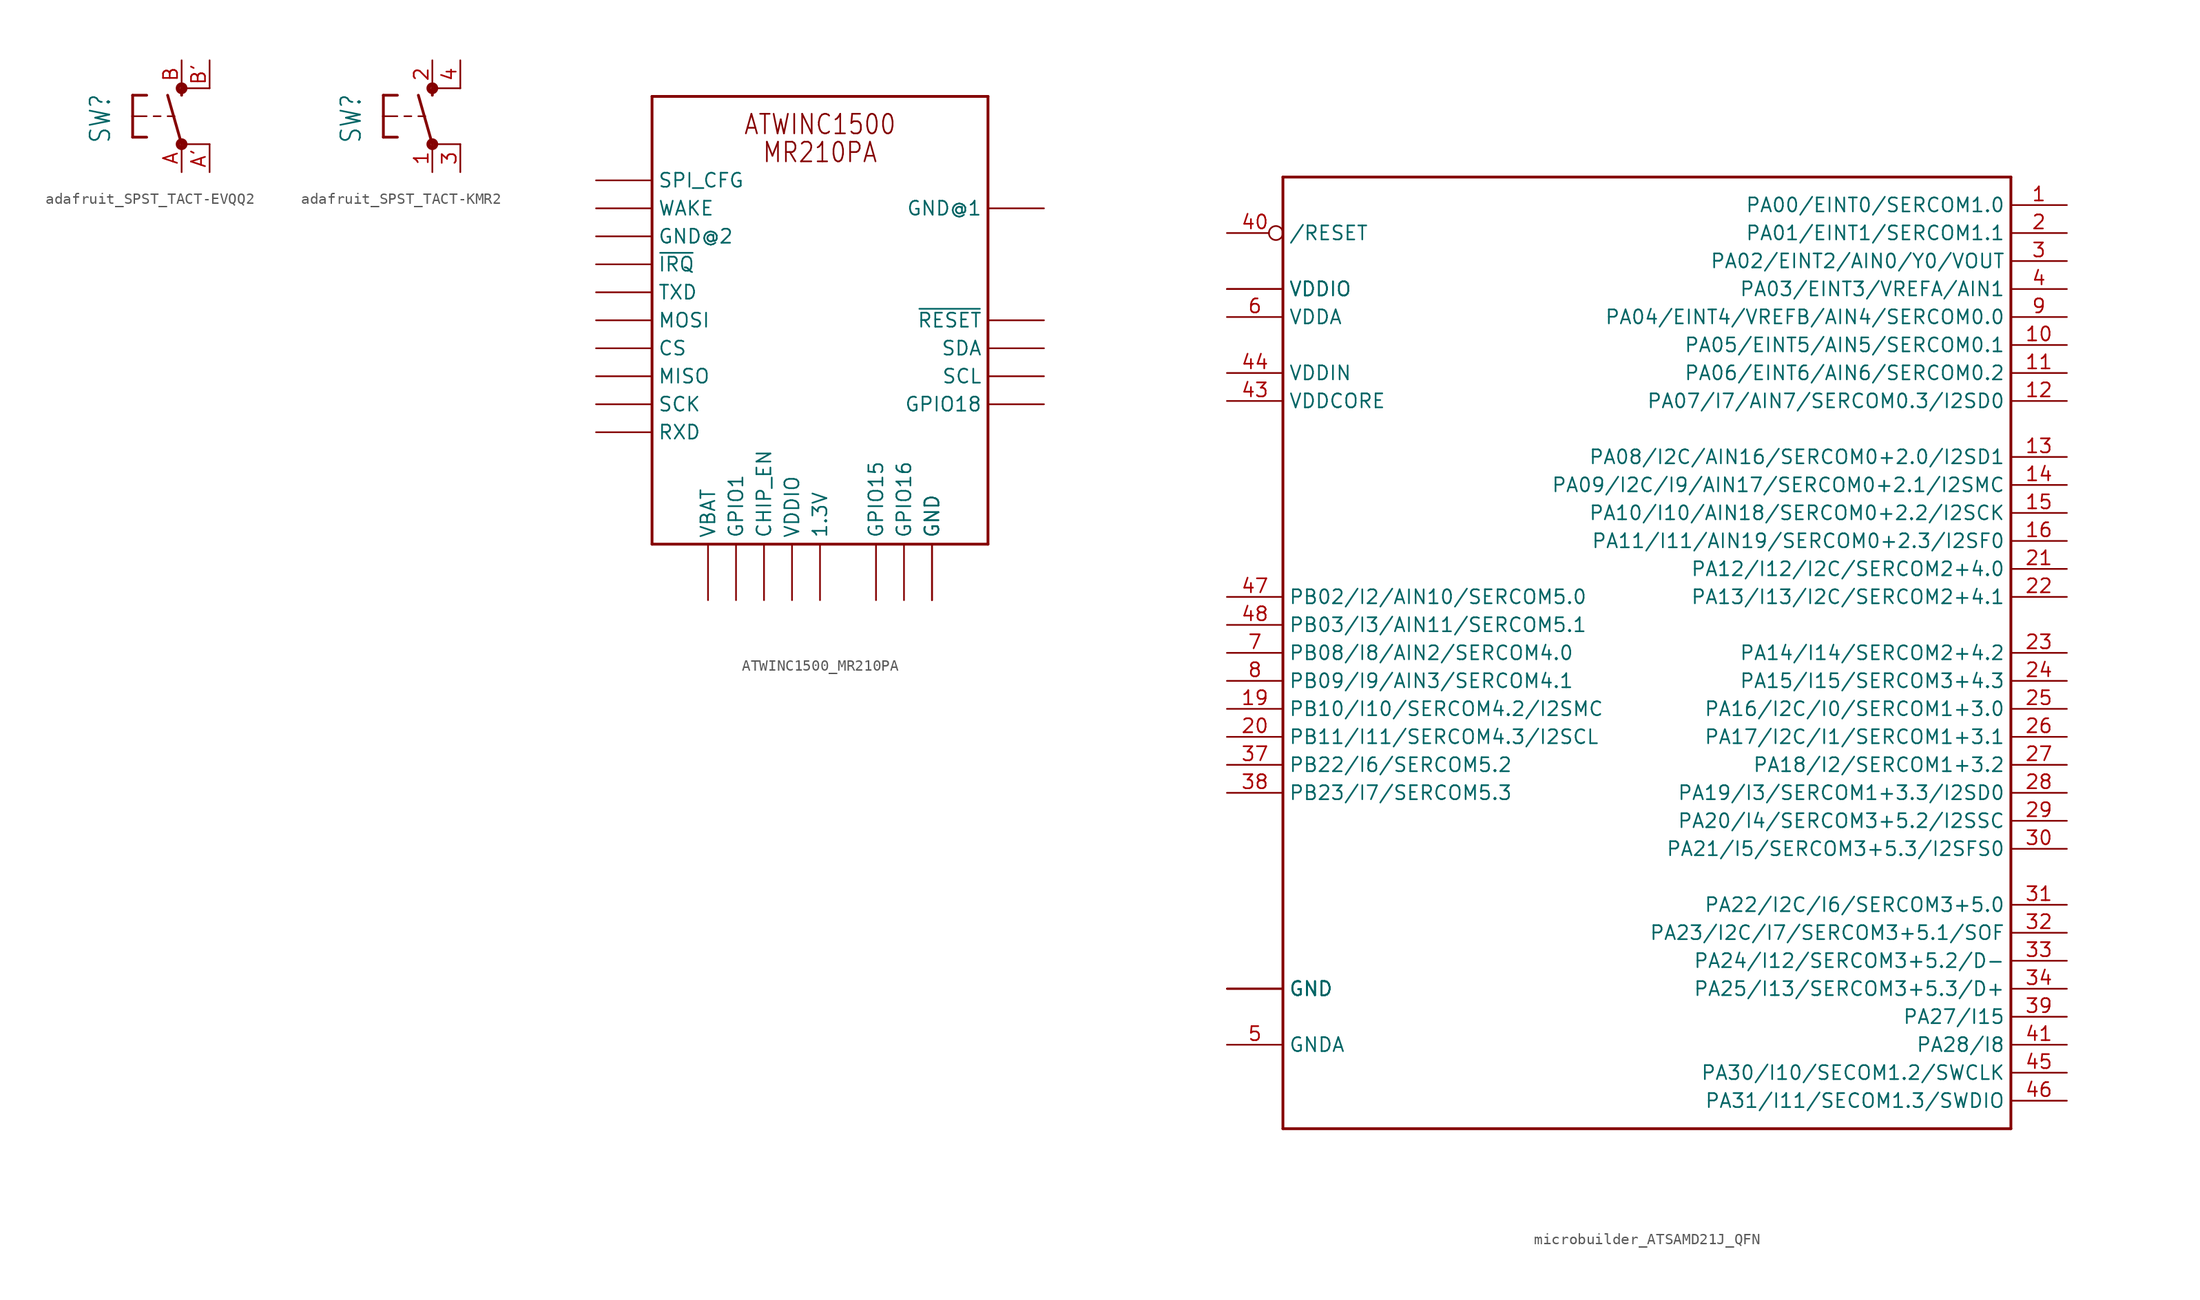
<source format=kicad_sym>
(kicad_symbol_lib
  (version 20231120)
  (generator "kicad_symbol_editor")
  (generator_version "8.0")
  (symbol "adafruit_SPST_TACT-EVQQ2"
    (property "Reference" "SW"
      (at -6.35 -2.54 90)
      (effects (font (size 1.778 1.511)) (justify left bottom)))
    (property "Value" ""
      (at -3.81 3.175 90)
      (effects (font (size 1.778 1.511)) (justify left bottom)))
    (property "ki_locked" ""
      (at 0 0 0)
      (effects (font (size 1.27 1.27))))
    (symbol "adafruit_SPST_TACT-EVQQ2_1_0"
      (circle (center 0 -2.54) (radius 0.127) (stroke (width 0.406) (type solid)) (fill (type none)))
      (polyline (pts (xy -4.445 -1.905) (xy -3.175 -1.905)) (stroke (width 0.254) (type solid)) (fill (type none)))
      (polyline (pts (xy -4.445 0) (xy -4.445 -1.905)) (stroke (width 0.254) (type solid)) (fill (type none)))
      (polyline (pts (xy -4.445 0) (xy -3.175 0)) (stroke (width 0.152) (type solid)) (fill (type none)))
      (polyline (pts (xy -4.445 1.905) (xy -4.445 0)) (stroke (width 0.254) (type solid)) (fill (type none)))
      (polyline (pts (xy -4.445 1.905) (xy -3.175 1.905)) (stroke (width 0.254) (type solid)) (fill (type none)))
      (polyline (pts (xy -2.54 0) (xy -1.905 0)) (stroke (width 0.152) (type solid)) (fill (type none)))
      (polyline (pts (xy -1.27 0) (xy -0.635 0)) (stroke (width 0.152) (type solid)) (fill (type none)))
      (polyline (pts (xy 0 -2.54) (xy -1.27 1.905)) (stroke (width 0.254) (type solid)) (fill (type none)))
      (polyline (pts (xy 0 1.905) (xy 0 2.54)) (stroke (width 0.254) (type solid)) (fill (type none)))
      (polyline (pts (xy 2.54 -2.54) (xy 0 -2.54)) (stroke (width 0.152) (type solid)) (fill (type none)))
      (polyline (pts (xy 2.54 2.54) (xy 0 2.54)) (stroke (width 0.152) (type solid)) (fill (type none)))
      (circle (center 0 2.54) (radius 0.127) (stroke (width 0.406) (type solid)) (fill (type none)))
      (pin passive line (at 0 -5.08 90) (length 2.54) (name "P" (effects (font (size 0 0)))) (number "A" (effects (font (size 1.27 1.27)))))
      (pin passive line (at 2.54 -5.08 90) (length 2.54) (name "P1" (effects (font (size 0 0)))) (number "A'" (effects (font (size 1.27 1.27)))))
      (pin passive line (at 0 5.08 270) (length 2.54) (name "S" (effects (font (size 0 0)))) (number "B" (effects (font (size 1.27 1.27)))))
      (pin passive line (at 2.54 5.08 270) (length 2.54) (name "S1" (effects (font (size 0 0)))) (number "B'" (effects (font (size 1.27 1.27)))))))
  (symbol "adafruit_SPST_TACT-KMR2"
    (property "Reference" "SW"
      (at -6.35 -2.54 90)
      (effects (font (size 1.778 1.511)) (justify left bottom)))
    (property "Value" ""
      (at -3.81 3.175 90)
      (effects (font (size 1.778 1.511)) (justify left bottom)))
    (property "ki_locked" ""
      (at 0 0 0)
      (effects (font (size 1.27 1.27))))
    (symbol "adafruit_SPST_TACT-KMR2_1_0"
      (circle (center 0 -2.54) (radius 0.127) (stroke (width 0.406) (type solid)) (fill (type none)))
      (polyline (pts (xy -4.445 -1.905) (xy -3.175 -1.905)) (stroke (width 0.254) (type solid)) (fill (type none)))
      (polyline (pts (xy -4.445 0) (xy -4.445 -1.905)) (stroke (width 0.254) (type solid)) (fill (type none)))
      (polyline (pts (xy -4.445 0) (xy -3.175 0)) (stroke (width 0.152) (type solid)) (fill (type none)))
      (polyline (pts (xy -4.445 1.905) (xy -4.445 0)) (stroke (width 0.254) (type solid)) (fill (type none)))
      (polyline (pts (xy -4.445 1.905) (xy -3.175 1.905)) (stroke (width 0.254) (type solid)) (fill (type none)))
      (polyline (pts (xy -2.54 0) (xy -1.905 0)) (stroke (width 0.152) (type solid)) (fill (type none)))
      (polyline (pts (xy -1.27 0) (xy -0.635 0)) (stroke (width 0.152) (type solid)) (fill (type none)))
      (polyline (pts (xy 0 -2.54) (xy -1.27 1.905)) (stroke (width 0.254) (type solid)) (fill (type none)))
      (polyline (pts (xy 0 1.905) (xy 0 2.54)) (stroke (width 0.254) (type solid)) (fill (type none)))
      (polyline (pts (xy 2.54 -2.54) (xy 0 -2.54)) (stroke (width 0.152) (type solid)) (fill (type none)))
      (polyline (pts (xy 2.54 2.54) (xy 0 2.54)) (stroke (width 0.152) (type solid)) (fill (type none)))
      (circle (center 0 2.54) (radius 0.127) (stroke (width 0.406) (type solid)) (fill (type none)))
      (pin passive line (at 0 -5.08 90) (length 2.54) (name "P" (effects (font (size 0 0)))) (number "1" (effects (font (size 1.27 1.27)))))
      (pin passive line (at 0 5.08 270) (length 2.54) (name "S" (effects (font (size 0 0)))) (number "2" (effects (font (size 1.27 1.27)))))
      (pin passive line (at 2.54 -5.08 90) (length 2.54) (name "P1" (effects (font (size 0 0)))) (number "3" (effects (font (size 1.27 1.27)))))
      (pin passive line (at 2.54 5.08 270) (length 2.54) (name "S1" (effects (font (size 0 0)))) (number "4" (effects (font (size 1.27 1.27)))))))
  (symbol "ATWINC1500_MR210PA"
    (property "Reference" "X"
      (at 0 0 0)
      (effects (font (size 1.27 1.27)) (hide yes)))
    (property "ki_locked" ""
      (at 0 0 0)
      (effects (font (size 1.27 1.27))))
    (symbol "ATWINC1500_MR210PA_1_0"
      (polyline (pts (xy -15.24 -20.32) (xy 15.24 -20.32)) (stroke (width 0.254) (type solid)) (fill (type none)))
      (polyline (pts (xy -15.24 20.32) (xy -15.24 -20.32)) (stroke (width 0.254) (type solid)) (fill (type none)))
      (polyline (pts (xy -15.24 20.32) (xy 15.24 20.32)) (stroke (width 0.254) (type solid)) (fill (type none)))
      (polyline (pts (xy 15.24 -20.32) (xy 15.24 20.32)) (stroke (width 0.254) (type solid)) (fill (type none)))
      (text "ATWINC1500" (at 0 17.78 0) (effects (font (size 1.778 1.511))))
      (text "MR210PA" (at 0 15.24 0) (effects (font (size 1.778 1.511))))
      (pin bidirectional line (at 20.32 -7.62 180) (length 5.08) (name "GPIO18" (effects (font (size 1.27 1.27)))) (number "J1" (effects (font (size 0 0)))))
      (pin input line (at -20.32 12.7 0) (length 5.08) (name "SPI_CFG" (effects (font (size 1.27 1.27)))) (number "J10" (effects (font (size 0 0)))))
      (pin input line (at -20.32 10.16 0) (length 5.08) (name "WAKE" (effects (font (size 1.27 1.27)))) (number "J11" (effects (font (size 0 0)))))
      (pin power_in line (at -20.32 7.62 0) (length 5.08) (name "GND@2" (effects (font (size 1.27 1.27)))) (number "J12" (effects (font (size 0 0)))))
      (pin output line (at -20.32 5.08 0) (length 5.08) (name "~{IRQ}" (effects (font (size 1.27 1.27)))) (number "J13" (effects (font (size 0 0)))))
      (pin output line (at -20.32 2.54 0) (length 5.08) (name "TXD" (effects (font (size 1.27 1.27)))) (number "J14" (effects (font (size 0 0)))))
      (pin input line (at -20.32 0 0) (length 5.08) (name "MOSI" (effects (font (size 1.27 1.27)))) (number "J15" (effects (font (size 0 0)))))
      (pin input line (at -20.32 -2.54 0) (length 5.08) (name "CS" (effects (font (size 1.27 1.27)))) (number "J16" (effects (font (size 0 0)))))
      (pin output line (at -20.32 -5.08 0) (length 5.08) (name "MISO" (effects (font (size 1.27 1.27)))) (number "J17" (effects (font (size 0 0)))))
      (pin input line (at -20.32 -7.62 0) (length 5.08) (name "SCK" (effects (font (size 1.27 1.27)))) (number "J18" (effects (font (size 0 0)))))
      (pin input line (at -20.32 -10.16 0) (length 5.08) (name "RXD" (effects (font (size 1.27 1.27)))) (number "J19" (effects (font (size 0 0)))))
      (pin bidirectional line (at 20.32 -5.08 180) (length 5.08) (name "SCL" (effects (font (size 1.27 1.27)))) (number "J2" (effects (font (size 0 0)))))
      (pin power_in line (at -10.16 -25.4 90) (length 5.08) (name "VBAT" (effects (font (size 1.27 1.27)))) (number "J20" (effects (font (size 0 0)))))
      (pin bidirectional line (at -7.62 -25.4 90) (length 5.08) (name "GPIO1" (effects (font (size 1.27 1.27)))) (number "J21" (effects (font (size 0 0)))))
      (pin input line (at -5.08 -25.4 90) (length 5.08) (name "CHIP_EN" (effects (font (size 1.27 1.27)))) (number "J22" (effects (font (size 0 0)))))
      (pin power_in line (at -2.54 -25.4 90) (length 5.08) (name "VDDIO" (effects (font (size 1.27 1.27)))) (number "J23" (effects (font (size 0 0)))))
      (pin passive line (at 0 -25.4 90) (length 5.08) (name "1.3V" (effects (font (size 1.27 1.27)))) (number "J24" (effects (font (size 0 0)))))
      (pin bidirectional line (at 5.08 -25.4 90) (length 5.08) (name "GPIO15" (effects (font (size 1.27 1.27)))) (number "J26" (effects (font (size 0 0)))))
      (pin bidirectional line (at 7.62 -25.4 90) (length 5.08) (name "GPIO16" (effects (font (size 1.27 1.27)))) (number "J27" (effects (font (size 0 0)))))
      (pin power_in line (at 10.16 -25.4 90) (length 5.08) (name "GND" (effects (font (size 1.27 1.27)))) (number "J28" (effects (font (size 0 0)))))
      (pin bidirectional line (at 20.32 -2.54 180) (length 5.08) (name "SDA" (effects (font (size 1.27 1.27)))) (number "J3" (effects (font (size 0 0)))))
      (pin input line (at 20.32 0 180) (length 5.08) (name "~{RESET}" (effects (font (size 1.27 1.27)))) (number "J4" (effects (font (size 0 0)))))
      (pin bidirectional line (at 20.32 10.16 180) (length 5.08) (name "GND@1" (effects (font (size 1.27 1.27)))) (number "J9" (effects (font (size 0 0)))))
      (pin power_in line (at 10.16 -25.4 90) (length 5.08) (name "GND" (effects (font (size 1.27 1.27)))) (number "MTGND" (effects (font (size 0 0)))))))
  (symbol "microbuilder_ATSAMD21J_QFN"
    (property "Reference" ""
      (at -20.32 -48.26 0)
      (effects (font (size 1.778 1.511)) (justify left bottom) (hide yes)))
    (property "Value" ""
      (at -15.24 40.64 0)
      (effects (font (size 1.778 1.511)) (justify left bottom)))
    (property "ki_locked" ""
      (at 0 0 0)
      (effects (font (size 1.27 1.27))))
    (symbol "microbuilder_ATSAMD21J_QFN_1_0"
      (polyline (pts (xy -20.32 -48.26) (xy -20.32 38.1)) (stroke (width 0.254) (type solid)) (fill (type none)))
      (polyline (pts (xy -20.32 38.1) (xy 45.72 38.1)) (stroke (width 0.254) (type solid)) (fill (type none)))
      (polyline (pts (xy 45.72 -48.26) (xy -20.32 -48.26)) (stroke (width 0.254) (type solid)) (fill (type none)))
      (polyline (pts (xy 45.72 38.1) (xy 45.72 -48.26)) (stroke (width 0.254) (type solid)) (fill (type none)))
      (pin bidirectional line (at 50.8 35.56 180) (length 5.08) (name "PA00/EINT0/SERCOM1.0" (effects (font (size 1.27 1.27)))) (number "1" (effects (font (size 1.27 1.27)))))
      (pin bidirectional line (at 50.8 22.86 180) (length 5.08) (name "PA05/EINT5/AIN5/SERCOM0.1" (effects (font (size 1.27 1.27)))) (number "10" (effects (font (size 1.27 1.27)))))
      (pin bidirectional line (at 50.8 20.32 180) (length 5.08) (name "PA06/EINT6/AIN6/SERCOM0.2" (effects (font (size 1.27 1.27)))) (number "11" (effects (font (size 1.27 1.27)))))
      (pin bidirectional line (at 50.8 17.78 180) (length 5.08) (name "PA07/I7/AIN7/SERCOM0.3/I2SD0" (effects (font (size 1.27 1.27)))) (number "12" (effects (font (size 1.27 1.27)))))
      (pin bidirectional line (at 50.8 12.7 180) (length 5.08) (name "PA08/I2C/AIN16/SERCOM0+2.0/I2SD1" (effects (font (size 1.27 1.27)))) (number "13" (effects (font (size 1.27 1.27)))))
      (pin bidirectional line (at 50.8 10.16 180) (length 5.08) (name "PA09/I2C/I9/AIN17/SERCOM0+2.1/I2SMC" (effects (font (size 1.27 1.27)))) (number "14" (effects (font (size 1.27 1.27)))))
      (pin bidirectional line (at 50.8 7.62 180) (length 5.08) (name "PA10/I10/AIN18/SERCOM0+2.2/I2SCK" (effects (font (size 1.27 1.27)))) (number "15" (effects (font (size 1.27 1.27)))))
      (pin bidirectional line (at 50.8 5.08 180) (length 5.08) (name "PA11/I11/AIN19/SERCOM0+2.3/I2SF0" (effects (font (size 1.27 1.27)))) (number "16" (effects (font (size 1.27 1.27)))))
      (pin power_in line (at -25.4 27.94 0) (length 5.08) (name "VDDIO" (effects (font (size 1.27 1.27)))) (number "17" (effects (font (size 0 0)))))
      (pin power_in line (at -25.4 -35.56 0) (length 5.08) (name "GND" (effects (font (size 1.27 1.27)))) (number "18" (effects (font (size 0 0)))))
      (pin bidirectional line (at -25.4 -10.16 0) (length 5.08) (name "PB10/I10/SERCOM4.2/I2SMC" (effects (font (size 1.27 1.27)))) (number "19" (effects (font (size 1.27 1.27)))))
      (pin bidirectional line (at 50.8 33.02 180) (length 5.08) (name "PA01/EINT1/SERCOM1.1" (effects (font (size 1.27 1.27)))) (number "2" (effects (font (size 1.27 1.27)))))
      (pin bidirectional line (at -25.4 -12.7 0) (length 5.08) (name "PB11/I11/SERCOM4.3/I2SCL" (effects (font (size 1.27 1.27)))) (number "20" (effects (font (size 1.27 1.27)))))
      (pin bidirectional line (at 50.8 2.54 180) (length 5.08) (name "PA12/I12/I2C/SERCOM2+4.0" (effects (font (size 1.27 1.27)))) (number "21" (effects (font (size 1.27 1.27)))))
      (pin bidirectional line (at 50.8 0 180) (length 5.08) (name "PA13/I13/I2C/SERCOM2+4.1" (effects (font (size 1.27 1.27)))) (number "22" (effects (font (size 1.27 1.27)))))
      (pin bidirectional line (at 50.8 -5.08 180) (length 5.08) (name "PA14/I14/SERCOM2+4.2" (effects (font (size 1.27 1.27)))) (number "23" (effects (font (size 1.27 1.27)))))
      (pin bidirectional line (at 50.8 -7.62 180) (length 5.08) (name "PA15/I15/SERCOM3+4.3" (effects (font (size 1.27 1.27)))) (number "24" (effects (font (size 1.27 1.27)))))
      (pin bidirectional line (at 50.8 -10.16 180) (length 5.08) (name "PA16/I2C/I0/SERCOM1+3.0" (effects (font (size 1.27 1.27)))) (number "25" (effects (font (size 1.27 1.27)))))
      (pin bidirectional line (at 50.8 -12.7 180) (length 5.08) (name "PA17/I2C/I1/SERCOM1+3.1" (effects (font (size 1.27 1.27)))) (number "26" (effects (font (size 1.27 1.27)))))
      (pin bidirectional line (at 50.8 -15.24 180) (length 5.08) (name "PA18/I2/SERCOM1+3.2" (effects (font (size 1.27 1.27)))) (number "27" (effects (font (size 1.27 1.27)))))
      (pin bidirectional line (at 50.8 -17.78 180) (length 5.08) (name "PA19/I3/SERCOM1+3.3/I2SD0" (effects (font (size 1.27 1.27)))) (number "28" (effects (font (size 1.27 1.27)))))
      (pin bidirectional line (at 50.8 -20.32 180) (length 5.08) (name "PA20/I4/SERCOM3+5.2/I2SSC" (effects (font (size 1.27 1.27)))) (number "29" (effects (font (size 1.27 1.27)))))
      (pin bidirectional line (at 50.8 30.48 180) (length 5.08) (name "PA02/EINT2/AIN0/Y0/VOUT" (effects (font (size 1.27 1.27)))) (number "3" (effects (font (size 1.27 1.27)))))
      (pin bidirectional line (at 50.8 -22.86 180) (length 5.08) (name "PA21/I5/SERCOM3+5.3/I2SFS0" (effects (font (size 1.27 1.27)))) (number "30" (effects (font (size 1.27 1.27)))))
      (pin bidirectional line (at 50.8 -27.94 180) (length 5.08) (name "PA22/I2C/I6/SERCOM3+5.0" (effects (font (size 1.27 1.27)))) (number "31" (effects (font (size 1.27 1.27)))))
      (pin bidirectional line (at 50.8 -30.48 180) (length 5.08) (name "PA23/I2C/I7/SERCOM3+5.1/SOF" (effects (font (size 1.27 1.27)))) (number "32" (effects (font (size 1.27 1.27)))))
      (pin bidirectional line (at 50.8 -33.02 180) (length 5.08) (name "PA24/I12/SERCOM3+5.2/D-" (effects (font (size 1.27 1.27)))) (number "33" (effects (font (size 1.27 1.27)))))
      (pin bidirectional line (at 50.8 -35.56 180) (length 5.08) (name "PA25/I13/SERCOM3+5.3/D+" (effects (font (size 1.27 1.27)))) (number "34" (effects (font (size 1.27 1.27)))))
      (pin power_in line (at -25.4 -35.56 0) (length 5.08) (name "GND" (effects (font (size 1.27 1.27)))) (number "35" (effects (font (size 0 0)))))
      (pin power_in line (at -25.4 27.94 0) (length 5.08) (name "VDDIO" (effects (font (size 1.27 1.27)))) (number "36" (effects (font (size 0 0)))))
      (pin bidirectional line (at -25.4 -15.24 0) (length 5.08) (name "PB22/I6/SERCOM5.2" (effects (font (size 1.27 1.27)))) (number "37" (effects (font (size 1.27 1.27)))))
      (pin bidirectional line (at -25.4 -17.78 0) (length 5.08) (name "PB23/I7/SERCOM5.3" (effects (font (size 1.27 1.27)))) (number "38" (effects (font (size 1.27 1.27)))))
      (pin bidirectional line (at 50.8 -38.1 180) (length 5.08) (name "PA27/I15" (effects (font (size 1.27 1.27)))) (number "39" (effects (font (size 1.27 1.27)))))
      (pin bidirectional line (at 50.8 27.94 180) (length 5.08) (name "PA03/EINT3/VREFA/AIN1" (effects (font (size 1.27 1.27)))) (number "4" (effects (font (size 1.27 1.27)))))
      (pin bidirectional inverted (at -25.4 33.02 0) (length 5.08) (name "/RESET" (effects (font (size 1.27 1.27)))) (number "40" (effects (font (size 1.27 1.27)))))
      (pin bidirectional line (at 50.8 -40.64 180) (length 5.08) (name "PA28/I8" (effects (font (size 1.27 1.27)))) (number "41" (effects (font (size 1.27 1.27)))))
      (pin power_in line (at -25.4 -35.56 0) (length 5.08) (name "GND" (effects (font (size 1.27 1.27)))) (number "42" (effects (font (size 0 0)))))
      (pin power_in line (at -25.4 17.78 0) (length 5.08) (name "VDDCORE" (effects (font (size 1.27 1.27)))) (number "43" (effects (font (size 1.27 1.27)))))
      (pin power_in line (at -25.4 20.32 0) (length 5.08) (name "VDDIN" (effects (font (size 1.27 1.27)))) (number "44" (effects (font (size 1.27 1.27)))))
      (pin bidirectional line (at 50.8 -43.18 180) (length 5.08) (name "PA30/I10/SECOM1.2/SWCLK" (effects (font (size 1.27 1.27)))) (number "45" (effects (font (size 1.27 1.27)))))
      (pin bidirectional line (at 50.8 -45.72 180) (length 5.08) (name "PA31/I11/SECOM1.3/SWDIO" (effects (font (size 1.27 1.27)))) (number "46" (effects (font (size 1.27 1.27)))))
      (pin bidirectional line (at -25.4 0 0) (length 5.08) (name "PB02/I2/AIN10/SERCOM5.0" (effects (font (size 1.27 1.27)))) (number "47" (effects (font (size 1.27 1.27)))))
      (pin bidirectional line (at -25.4 -2.54 0) (length 5.08) (name "PB03/I3/AIN11/SERCOM5.1" (effects (font (size 1.27 1.27)))) (number "48" (effects (font (size 1.27 1.27)))))
      (pin power_in line (at -25.4 -40.64 0) (length 5.08) (name "GNDA" (effects (font (size 1.27 1.27)))) (number "5" (effects (font (size 1.27 1.27)))))
      (pin power_in line (at -25.4 25.4 0) (length 5.08) (name "VDDA" (effects (font (size 1.27 1.27)))) (number "6" (effects (font (size 1.27 1.27)))))
      (pin bidirectional line (at -25.4 -5.08 0) (length 5.08) (name "PB08/I8/AIN2/SERCOM4.0" (effects (font (size 1.27 1.27)))) (number "7" (effects (font (size 1.27 1.27)))))
      (pin bidirectional line (at -25.4 -7.62 0) (length 5.08) (name "PB09/I9/AIN3/SERCOM4.1" (effects (font (size 1.27 1.27)))) (number "8" (effects (font (size 1.27 1.27)))))
      (pin bidirectional line (at 50.8 25.4 180) (length 5.08) (name "PA04/EINT4/VREFB/AIN4/SERCOM0.0" (effects (font (size 1.27 1.27)))) (number "9" (effects (font (size 1.27 1.27)))))
      (pin power_in line (at -25.4 -35.56 0) (length 5.08) (name "GND" (effects (font (size 1.27 1.27)))) (number "THERMAL" (effects (font (size 0 0))))))))
</source>
